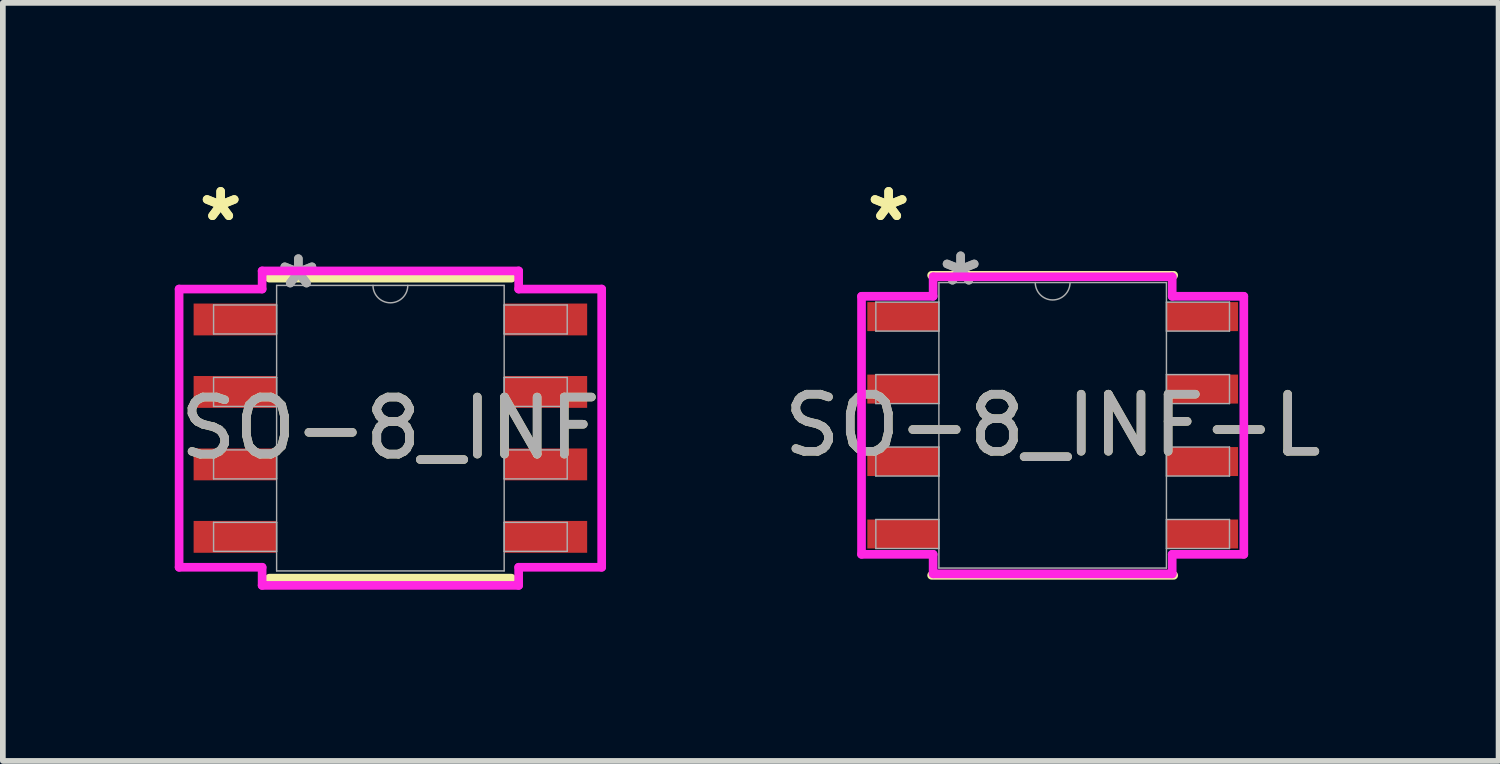
<source format=kicad_pcb>
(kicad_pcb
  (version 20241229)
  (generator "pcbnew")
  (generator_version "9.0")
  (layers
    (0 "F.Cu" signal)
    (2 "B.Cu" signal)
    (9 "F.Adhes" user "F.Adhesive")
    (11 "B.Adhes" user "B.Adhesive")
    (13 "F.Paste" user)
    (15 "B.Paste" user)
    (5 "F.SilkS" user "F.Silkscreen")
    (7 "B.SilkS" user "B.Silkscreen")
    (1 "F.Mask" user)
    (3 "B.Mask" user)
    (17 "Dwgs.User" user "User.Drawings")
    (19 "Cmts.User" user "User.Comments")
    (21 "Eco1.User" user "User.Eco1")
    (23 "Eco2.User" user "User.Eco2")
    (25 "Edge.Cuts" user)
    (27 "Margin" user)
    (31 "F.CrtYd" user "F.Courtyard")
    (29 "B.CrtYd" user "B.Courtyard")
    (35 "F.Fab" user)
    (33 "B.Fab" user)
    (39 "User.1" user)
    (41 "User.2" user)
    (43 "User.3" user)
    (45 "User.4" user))
  (footprint "SO-8_INF-L"
    (layer "F.Cu")
    (at 15.399 4.404)
    (property "Reference" "SO-8_INF-L" (at 0 0 0) (unlocked yes) (layer "F.SilkS") (effects (font (size 1 1) (thickness 0.15))))
    (attr smd)
    (fp_line (start -2.121 2.629) (end 2.121 2.629) (stroke (width 0.152) (type solid)) (layer "F.SilkS"))
    (fp_line (start 2.121 -2.629) (end -2.121 -2.629) (stroke (width 0.152) (type solid)) (layer "F.SilkS"))
    (fp_line (start -3.35 -2.261) (end -2.095 -2.261) (stroke (width 0.152) (type solid)) (layer "F.CrtYd"))
    (fp_line (start -3.35 2.261) (end -3.35 -2.261) (stroke (width 0.152) (type solid)) (layer "F.CrtYd"))
    (fp_line (start -3.35 2.261) (end -2.095 2.261) (stroke (width 0.152) (type solid)) (layer "F.CrtYd"))
    (fp_line (start -2.095 -2.603) (end 2.095 -2.603) (stroke (width 0.152) (type solid)) (layer "F.CrtYd"))
    (fp_line (start -2.095 -2.261) (end -2.095 -2.603) (stroke (width 0.152) (type solid)) (layer "F.CrtYd"))
    (fp_line (start -2.095 2.603) (end -2.095 2.261) (stroke (width 0.152) (type solid)) (layer "F.CrtYd"))
    (fp_line (start 2.095 -2.603) (end 2.095 -2.261) (stroke (width 0.152) (type solid)) (layer "F.CrtYd"))
    (fp_line (start 2.095 2.261) (end 2.095 2.603) (stroke (width 0.152) (type solid)) (layer "F.CrtYd"))
    (fp_line (start 2.095 2.603) (end -2.095 2.603) (stroke (width 0.152) (type solid)) (layer "F.CrtYd"))
    (fp_line (start 3.35 -2.261) (end 2.095 -2.261) (stroke (width 0.152) (type solid)) (layer "F.CrtYd"))
    (fp_line (start 3.35 -2.261) (end 3.35 2.261) (stroke (width 0.152) (type solid)) (layer "F.CrtYd"))
    (fp_line (start 3.35 2.261) (end 2.095 2.261) (stroke (width 0.152) (type solid)) (layer "F.CrtYd"))
    (fp_line (start -3.099 -2.159) (end -3.099 -1.651) (stroke (width 0.025) (type solid)) (layer "F.Fab"))
    (fp_line (start -3.099 -1.651) (end -1.994 -1.651) (stroke (width 0.025) (type solid)) (layer "F.Fab"))
    (fp_line (start -3.099 -0.889) (end -3.099 -0.381) (stroke (width 0.025) (type solid)) (layer "F.Fab"))
    (fp_line (start -3.099 -0.381) (end -1.994 -0.381) (stroke (width 0.025) (type solid)) (layer "F.Fab"))
    (fp_line (start -3.099 0.381) (end -3.099 0.889) (stroke (width 0.025) (type solid)) (layer "F.Fab"))
    (fp_line (start -3.099 0.889) (end -1.994 0.889) (stroke (width 0.025) (type solid)) (layer "F.Fab"))
    (fp_line (start -3.099 1.651) (end -3.099 2.159) (stroke (width 0.025) (type solid)) (layer "F.Fab"))
    (fp_line (start -3.099 2.159) (end -1.994 2.159) (stroke (width 0.025) (type solid)) (layer "F.Fab"))
    (fp_line (start -1.994 -2.502) (end -1.994 2.502) (stroke (width 0.025) (type solid)) (layer "F.Fab"))
    (fp_line (start -1.994 -2.159) (end -3.099 -2.159) (stroke (width 0.025) (type solid)) (layer "F.Fab"))
    (fp_line (start -1.994 -1.651) (end -1.994 -2.159) (stroke (width 0.025) (type solid)) (layer "F.Fab"))
    (fp_line (start -1.994 -0.889) (end -3.099 -0.889) (stroke (width 0.025) (type solid)) (layer "F.Fab"))
    (fp_line (start -1.994 -0.381) (end -1.994 -0.889) (stroke (width 0.025) (type solid)) (layer "F.Fab"))
    (fp_line (start -1.994 0.381) (end -3.099 0.381) (stroke (width 0.025) (type solid)) (layer "F.Fab"))
    (fp_line (start -1.994 0.889) (end -1.994 0.381) (stroke (width 0.025) (type solid)) (layer "F.Fab"))
    (fp_line (start -1.994 1.651) (end -3.099 1.651) (stroke (width 0.025) (type solid)) (layer "F.Fab"))
    (fp_line (start -1.994 2.159) (end -1.994 1.651) (stroke (width 0.025) (type solid)) (layer "F.Fab"))
    (fp_line (start -1.994 2.502) (end 1.994 2.502) (stroke (width 0.025) (type solid)) (layer "F.Fab"))
    (fp_line (start 1.994 -2.502) (end -1.994 -2.502) (stroke (width 0.025) (type solid)) (layer "F.Fab"))
    (fp_line (start 1.994 -2.159) (end 1.994 -1.651) (stroke (width 0.025) (type solid)) (layer "F.Fab"))
    (fp_line (start 1.994 -1.651) (end 3.099 -1.651) (stroke (width 0.025) (type solid)) (layer "F.Fab"))
    (fp_line (start 1.994 -0.889) (end 1.994 -0.381) (stroke (width 0.025) (type solid)) (layer "F.Fab"))
    (fp_line (start 1.994 -0.381) (end 3.099 -0.381) (stroke (width 0.025) (type solid)) (layer "F.Fab"))
    (fp_line (start 1.994 0.381) (end 1.994 0.889) (stroke (width 0.025) (type solid)) (layer "F.Fab"))
    (fp_line (start 1.994 0.889) (end 3.099 0.889) (stroke (width 0.025) (type solid)) (layer "F.Fab"))
    (fp_line (start 1.994 1.651) (end 1.994 2.159) (stroke (width 0.025) (type solid)) (layer "F.Fab"))
    (fp_line (start 1.994 2.159) (end 3.099 2.159) (stroke (width 0.025) (type solid)) (layer "F.Fab"))
    (fp_line (start 1.994 2.502) (end 1.994 -2.502) (stroke (width 0.025) (type solid)) (layer "F.Fab"))
    (fp_line (start 3.099 -2.159) (end 1.994 -2.159) (stroke (width 0.025) (type solid)) (layer "F.Fab"))
    (fp_line (start 3.099 -1.651) (end 3.099 -2.159) (stroke (width 0.025) (type solid)) (layer "F.Fab"))
    (fp_line (start 3.099 -0.889) (end 1.994 -0.889) (stroke (width 0.025) (type solid)) (layer "F.Fab"))
    (fp_line (start 3.099 -0.381) (end 3.099 -0.889) (stroke (width 0.025) (type solid)) (layer "F.Fab"))
    (fp_line (start 3.099 0.381) (end 1.994 0.381) (stroke (width 0.025) (type solid)) (layer "F.Fab"))
    (fp_line (start 3.099 0.889) (end 3.099 0.381) (stroke (width 0.025) (type solid)) (layer "F.Fab"))
    (fp_line (start 3.099 1.651) (end 1.994 1.651) (stroke (width 0.025) (type solid)) (layer "F.Fab"))
    (fp_line (start 3.099 2.159) (end 3.099 1.651) (stroke (width 0.025) (type solid)) (layer "F.Fab"))
    (fp_arc (start 0.3048 -2.5019) (mid 0 -2.1971) (end -0.3048 -2.5019) (stroke (width 0.0254) (type solid)) (layer "F.Fab"))
    (fp_text user "*" (at -2.875 -3.556 0) (layer "F.SilkS") (effects (font (size 1 1) (thickness 0.15))))
    (fp_text user "*" (at -2.875 -3.556 0) (unlocked yes) (layer "F.SilkS") (effects (font (size 1 1) (thickness 0.15))))
    (fp_text user "${REFERENCE}" (at 0 0 0) (unlocked yes) (layer "F.Fab") (effects (font (size 1 1) (thickness 0.15))))
    (fp_text user "*" (at -1.613 -2.426 0) (layer "F.Fab") (effects (font (size 1 1) (thickness 0.15))))
    (fp_text user "*" (at -1.613 -2.426 0) (unlocked yes) (layer "F.Fab") (effects (font (size 1 1) (thickness 0.15))))
    (pad "1" smd rect (at -2.621 -1.905) (size 1.255 0.508) (layers "F.Cu" "F.Mask" "F.Paste"))
    (pad "2" smd rect (at -2.621 -0.635) (size 1.255 0.508) (layers "F.Cu" "F.Mask" "F.Paste"))
    (pad "3" smd rect (at -2.621 0.635) (size 1.255 0.508) (layers "F.Cu" "F.Mask" "F.Paste"))
    (pad "4" smd rect (at -2.621 1.905) (size 1.255 0.508) (layers "F.Cu" "F.Mask" "F.Paste"))
    (pad "5" smd rect (at 2.621 1.905) (size 1.255 0.508) (layers "F.Cu" "F.Mask" "F.Paste"))
    (pad "6" smd rect (at 2.621 0.635) (size 1.255 0.508) (layers "F.Cu" "F.Mask" "F.Paste"))
    (pad "7" smd rect (at 2.621 -0.635) (size 1.255 0.508) (layers "F.Cu" "F.Mask" "F.Paste"))
    (pad "8" smd rect (at 2.621 -1.905) (size 1.255 0.508) (layers "F.Cu" "F.Mask" "F.Paste")))
  (footprint "SO-8_INF"
    (layer "F.Cu")
    (at 3.792 4.454)
    (property "Reference" "SO-8_INF" (at 0 0 0) (unlocked yes) (layer "F.SilkS") (effects (font (size 1 1) (thickness 0.15))))
    (attr smd)
    (fp_line (start -2.121 2.629) (end 2.121 2.629) (stroke (width 0.152) (type solid)) (layer "F.SilkS"))
    (fp_line (start 2.121 -2.629) (end -2.121 -2.629) (stroke (width 0.152) (type solid)) (layer "F.SilkS"))
    (fp_line (start -3.703 -2.438) (end -2.248 -2.438) (stroke (width 0.152) (type solid)) (layer "F.CrtYd"))
    (fp_line (start -3.703 2.438) (end -3.703 -2.438) (stroke (width 0.152) (type solid)) (layer "F.CrtYd"))
    (fp_line (start -3.703 2.438) (end -2.248 2.438) (stroke (width 0.152) (type solid)) (layer "F.CrtYd"))
    (fp_line (start -2.248 -2.756) (end 2.248 -2.756) (stroke (width 0.152) (type solid)) (layer "F.CrtYd"))
    (fp_line (start -2.248 -2.438) (end -2.248 -2.756) (stroke (width 0.152) (type solid)) (layer "F.CrtYd"))
    (fp_line (start -2.248 2.756) (end -2.248 2.438) (stroke (width 0.152) (type solid)) (layer "F.CrtYd"))
    (fp_line (start 2.248 -2.756) (end 2.248 -2.438) (stroke (width 0.152) (type solid)) (layer "F.CrtYd"))
    (fp_line (start 2.248 2.438) (end 2.248 2.756) (stroke (width 0.152) (type solid)) (layer "F.CrtYd"))
    (fp_line (start 2.248 2.756) (end -2.248 2.756) (stroke (width 0.152) (type solid)) (layer "F.CrtYd"))
    (fp_line (start 3.703 -2.438) (end 2.248 -2.438) (stroke (width 0.152) (type solid)) (layer "F.CrtYd"))
    (fp_line (start 3.703 -2.438) (end 3.703 2.438) (stroke (width 0.152) (type solid)) (layer "F.CrtYd"))
    (fp_line (start 3.703 2.438) (end 2.248 2.438) (stroke (width 0.152) (type solid)) (layer "F.CrtYd"))
    (fp_line (start -3.099 -2.159) (end -3.099 -1.651) (stroke (width 0.025) (type solid)) (layer "F.Fab"))
    (fp_line (start -3.099 -1.651) (end -1.994 -1.651) (stroke (width 0.025) (type solid)) (layer "F.Fab"))
    (fp_line (start -3.099 -0.889) (end -3.099 -0.381) (stroke (width 0.025) (type solid)) (layer "F.Fab"))
    (fp_line (start -3.099 -0.381) (end -1.994 -0.381) (stroke (width 0.025) (type solid)) (layer "F.Fab"))
    (fp_line (start -3.099 0.381) (end -3.099 0.889) (stroke (width 0.025) (type solid)) (layer "F.Fab"))
    (fp_line (start -3.099 0.889) (end -1.994 0.889) (stroke (width 0.025) (type solid)) (layer "F.Fab"))
    (fp_line (start -3.099 1.651) (end -3.099 2.159) (stroke (width 0.025) (type solid)) (layer "F.Fab"))
    (fp_line (start -3.099 2.159) (end -1.994 2.159) (stroke (width 0.025) (type solid)) (layer "F.Fab"))
    (fp_line (start -1.994 -2.502) (end -1.994 2.502) (stroke (width 0.025) (type solid)) (layer "F.Fab"))
    (fp_line (start -1.994 -2.159) (end -3.099 -2.159) (stroke (width 0.025) (type solid)) (layer "F.Fab"))
    (fp_line (start -1.994 -1.651) (end -1.994 -2.159) (stroke (width 0.025) (type solid)) (layer "F.Fab"))
    (fp_line (start -1.994 -0.889) (end -3.099 -0.889) (stroke (width 0.025) (type solid)) (layer "F.Fab"))
    (fp_line (start -1.994 -0.381) (end -1.994 -0.889) (stroke (width 0.025) (type solid)) (layer "F.Fab"))
    (fp_line (start -1.994 0.381) (end -3.099 0.381) (stroke (width 0.025) (type solid)) (layer "F.Fab"))
    (fp_line (start -1.994 0.889) (end -1.994 0.381) (stroke (width 0.025) (type solid)) (layer "F.Fab"))
    (fp_line (start -1.994 1.651) (end -3.099 1.651) (stroke (width 0.025) (type solid)) (layer "F.Fab"))
    (fp_line (start -1.994 2.159) (end -1.994 1.651) (stroke (width 0.025) (type solid)) (layer "F.Fab"))
    (fp_line (start -1.994 2.502) (end 1.994 2.502) (stroke (width 0.025) (type solid)) (layer "F.Fab"))
    (fp_line (start 1.994 -2.502) (end -1.994 -2.502) (stroke (width 0.025) (type solid)) (layer "F.Fab"))
    (fp_line (start 1.994 -2.159) (end 1.994 -1.651) (stroke (width 0.025) (type solid)) (layer "F.Fab"))
    (fp_line (start 1.994 -1.651) (end 3.099 -1.651) (stroke (width 0.025) (type solid)) (layer "F.Fab"))
    (fp_line (start 1.994 -0.889) (end 1.994 -0.381) (stroke (width 0.025) (type solid)) (layer "F.Fab"))
    (fp_line (start 1.994 -0.381) (end 3.099 -0.381) (stroke (width 0.025) (type solid)) (layer "F.Fab"))
    (fp_line (start 1.994 0.381) (end 1.994 0.889) (stroke (width 0.025) (type solid)) (layer "F.Fab"))
    (fp_line (start 1.994 0.889) (end 3.099 0.889) (stroke (width 0.025) (type solid)) (layer "F.Fab"))
    (fp_line (start 1.994 1.651) (end 1.994 2.159) (stroke (width 0.025) (type solid)) (layer "F.Fab"))
    (fp_line (start 1.994 2.159) (end 3.099 2.159) (stroke (width 0.025) (type solid)) (layer "F.Fab"))
    (fp_line (start 1.994 2.502) (end 1.994 -2.502) (stroke (width 0.025) (type solid)) (layer "F.Fab"))
    (fp_line (start 3.099 -2.159) (end 1.994 -2.159) (stroke (width 0.025) (type solid)) (layer "F.Fab"))
    (fp_line (start 3.099 -1.651) (end 3.099 -2.159) (stroke (width 0.025) (type solid)) (layer "F.Fab"))
    (fp_line (start 3.099 -0.889) (end 1.994 -0.889) (stroke (width 0.025) (type solid)) (layer "F.Fab"))
    (fp_line (start 3.099 -0.381) (end 3.099 -0.889) (stroke (width 0.025) (type solid)) (layer "F.Fab"))
    (fp_line (start 3.099 0.381) (end 1.994 0.381) (stroke (width 0.025) (type solid)) (layer "F.Fab"))
    (fp_line (start 3.099 0.889) (end 3.099 0.381) (stroke (width 0.025) (type solid)) (layer "F.Fab"))
    (fp_line (start 3.099 1.651) (end 1.994 1.651) (stroke (width 0.025) (type solid)) (layer "F.Fab"))
    (fp_line (start 3.099 2.159) (end 3.099 1.651) (stroke (width 0.025) (type solid)) (layer "F.Fab"))
    (fp_arc (start 0.3048 -2.5019) (mid 0 -2.1971) (end -0.3048 -2.5019) (stroke (width 0.0254) (type solid)) (layer "F.Fab"))
    (fp_text user "*" (at -2.975 -3.606 0) (layer "F.SilkS") (effects (font (size 1 1) (thickness 0.15))))
    (fp_text user "*" (at -2.975 -3.606 0) (unlocked yes) (layer "F.SilkS") (effects (font (size 1 1) (thickness 0.15))))
    (fp_text user "${REFERENCE}" (at 0 0 0) (unlocked yes) (layer "F.Fab") (effects (font (size 1 1) (thickness 0.15))))
    (fp_text user "*" (at -1.613 -2.426 0) (unlocked yes) (layer "F.Fab") (effects (font (size 1 1) (thickness 0.15))))
    (fp_text user "*" (at -1.613 -2.426 0) (layer "F.Fab") (effects (font (size 1 1) (thickness 0.15))))
    (pad "1" smd rect (at -2.721 -1.905) (size 1.455 0.558) (layers "F.Cu" "F.Mask" "F.Paste"))
    (pad "2" smd rect (at -2.721 -0.635) (size 1.455 0.558) (layers "F.Cu" "F.Mask" "F.Paste"))
    (pad "3" smd rect (at -2.721 0.635) (size 1.455 0.558) (layers "F.Cu" "F.Mask" "F.Paste"))
    (pad "4" smd rect (at -2.721 1.905) (size 1.455 0.558) (layers "F.Cu" "F.Mask" "F.Paste"))
    (pad "5" smd rect (at 2.721 1.905) (size 1.455 0.558) (layers "F.Cu" "F.Mask" "F.Paste"))
    (pad "6" smd rect (at 2.721 0.635) (size 1.455 0.558) (layers "F.Cu" "F.Mask" "F.Paste"))
    (pad "7" smd rect (at 2.721 -0.635) (size 1.455 0.558) (layers "F.Cu" "F.Mask" "F.Paste"))
    (pad "8" smd rect (at 2.721 -1.905) (size 1.455 0.558) (layers "F.Cu" "F.Mask" "F.Paste")))
  (gr_rect
    (start -3 -3)
    (end 23.214 10.286)
    (stroke (width 0.1) (type default))
    (fill no)
    (layer "Edge.Cuts")))
</source>
